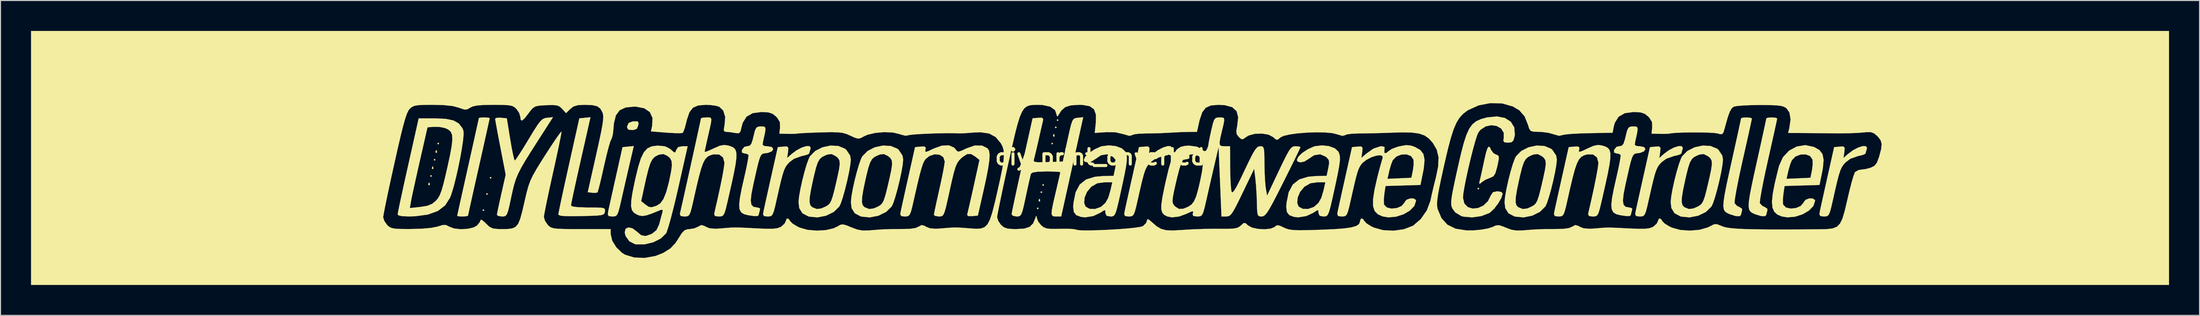
<source format=kicad_pcb>
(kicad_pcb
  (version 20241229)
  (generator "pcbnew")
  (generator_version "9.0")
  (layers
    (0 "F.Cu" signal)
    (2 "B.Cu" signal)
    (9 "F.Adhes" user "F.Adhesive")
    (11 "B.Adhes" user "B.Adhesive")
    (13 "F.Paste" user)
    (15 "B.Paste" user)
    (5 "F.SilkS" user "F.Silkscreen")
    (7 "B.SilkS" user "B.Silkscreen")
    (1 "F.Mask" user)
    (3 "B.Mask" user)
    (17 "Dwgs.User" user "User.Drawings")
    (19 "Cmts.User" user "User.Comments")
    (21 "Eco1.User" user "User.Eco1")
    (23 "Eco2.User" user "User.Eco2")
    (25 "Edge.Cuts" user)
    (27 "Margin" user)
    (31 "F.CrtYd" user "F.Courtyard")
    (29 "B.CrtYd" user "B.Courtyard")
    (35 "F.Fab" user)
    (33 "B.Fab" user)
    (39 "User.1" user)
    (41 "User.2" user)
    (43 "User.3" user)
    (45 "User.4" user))
  (footprint "diy_print_onverted"
    (layer "F.Cu")
    (at 105.157 12.439)
    (property "Reference" "diy_print_onverted" (at 0 0 0) (layer "F.SilkS") (effects (font (size 1.524 1.524) (thickness 0.3))))
    (attr through_hole)
    (fp_poly (pts (xy -65.72 1.865) (xy -65.809 1.954) (xy -65.898 1.865) (xy -65.809 1.776) (xy -65.72 1.865)) (stroke (width 0.01) (type solid)) (fill yes) (layer "F.SilkS"))
    (fp_poly (pts (xy -65.365 0.266) (xy -65.454 0.355) (xy -65.543 0.266) (xy -65.454 0.178) (xy -65.365 0.266)) (stroke (width 0.01) (type solid)) (fill yes) (layer "F.SilkS"))
    (fp_poly (pts (xy -65.01 -1.332) (xy -65.099 -1.243) (xy -65.187 -1.332) (xy -65.099 -1.421) (xy -65.01 -1.332)) (stroke (width 0.01) (type solid)) (fill yes) (layer "F.SilkS"))
    (fp_poly (pts (xy -60.569 5.24) (xy -60.658 5.329) (xy -60.747 5.24) (xy -60.658 5.151) (xy -60.569 5.24)) (stroke (width 0.01) (type solid)) (fill yes) (layer "F.SilkS"))
    (fp_poly (pts (xy -60.214 3.641) (xy -60.303 3.73) (xy -60.392 3.641) (xy -60.303 3.552) (xy -60.214 3.641)) (stroke (width 0.01) (type solid)) (fill yes) (layer "F.SilkS"))
    (fp_poly (pts (xy -59.859 2.043) (xy -59.948 2.131) (xy -60.036 2.043) (xy -59.948 1.954) (xy -59.859 2.043)) (stroke (width 0.01) (type solid)) (fill yes) (layer "F.SilkS"))
    (fp_poly (pts (xy -6.039 5.062) (xy -6.128 5.151) (xy -6.217 5.062) (xy -6.128 4.973) (xy -6.039 5.062)) (stroke (width 0.01) (type solid)) (fill yes) (layer "F.SilkS"))
    (fp_poly (pts (xy -5.684 3.464) (xy -5.773 3.552) (xy -5.862 3.464) (xy -5.773 3.375) (xy -5.684 3.464)) (stroke (width 0.01) (type solid)) (fill yes) (layer "F.SilkS"))
    (fp_poly (pts (xy -5.506 2.753) (xy -5.595 2.842) (xy -5.684 2.753) (xy -5.595 2.664) (xy -5.506 2.753)) (stroke (width 0.01) (type solid)) (fill yes) (layer "F.SilkS"))
    (fp_poly (pts (xy -4.618 -1.332) (xy -4.707 -1.243) (xy -4.796 -1.332) (xy -4.707 -1.421) (xy -4.618 -1.332)) (stroke (width 0.01) (type solid)) (fill yes) (layer "F.SilkS"))
    (fp_poly (pts (xy -4.263 -2.931) (xy -4.352 -2.842) (xy -4.441 -2.931) (xy -4.352 -3.02) (xy -4.263 -2.931)) (stroke (width 0.01) (type solid)) (fill yes) (layer "F.SilkS"))
    (fp_poly (pts (xy -4.085 -3.641) (xy -4.174 -3.552) (xy -4.263 -3.641) (xy -4.174 -3.73) (xy -4.085 -3.641)) (stroke (width 0.01) (type solid)) (fill yes) (layer "F.SilkS"))
    (fp_poly (pts (xy 37.301 3.108) (xy 37.212 3.197) (xy 37.123 3.108) (xy 37.212 3.02) (xy 37.301 3.108)) (stroke (width 0.01) (type solid)) (fill yes) (layer "F.SilkS"))
    (fp_poly (pts (xy -65.957 2.546) (xy -65.936 2.757) (xy -65.957 2.783) (xy -66.063 2.758) (xy -66.076 2.664) (xy -66.011 2.518) (xy -65.957 2.546)) (stroke (width 0.01) (type solid)) (fill yes) (layer "F.SilkS"))
    (fp_poly (pts (xy -65.602 0.947) (xy -65.581 1.158) (xy -65.602 1.184) (xy -65.707 1.16) (xy -65.72 1.066) (xy -65.655 0.92) (xy -65.602 0.947)) (stroke (width 0.01) (type solid)) (fill yes) (layer "F.SilkS"))
    (fp_poly (pts (xy -65.247 -0.651) (xy -65.225 -0.44) (xy -65.247 -0.414) (xy -65.352 -0.439) (xy -65.365 -0.533) (xy -65.3 -0.679) (xy -65.247 -0.651)) (stroke (width 0.01) (type solid)) (fill yes) (layer "F.SilkS"))
    (fp_poly (pts (xy -5.921 4.145) (xy -5.899 4.355) (xy -5.921 4.381) (xy -6.026 4.357) (xy -6.039 4.263) (xy -5.974 4.117) (xy -5.921 4.145)) (stroke (width 0.01) (type solid)) (fill yes) (layer "F.SilkS"))
    (fp_poly (pts (xy -4.5 -2.25) (xy -4.479 -2.039) (xy -4.5 -2.013) (xy -4.605 -2.037) (xy -4.618 -2.131) (xy -4.553 -2.278) (xy -4.5 -2.25)) (stroke (width 0.01) (type solid)) (fill yes) (layer "F.SilkS"))
    (fp_poly (pts (xy -45.396 -3.394) (xy -45.426 -3.118) (xy -45.566 -2.784) (xy -45.886 -2.669) (xy -46.037 -2.664) (xy -46.405 -2.707) (xy -46.517 -2.89) (xy -46.505 -3.064) (xy -46.362 -3.371) (xy -45.988 -3.507) (xy -45.894 -3.518) (xy -45.516 -3.526) (xy -45.396 -3.394)) (stroke (width 0.01) (type solid)) (fill yes) (layer "F.SilkS"))
    (fp_poly (pts (xy -46.269 0.656) (xy -46.505 1.675) (xy -46.769 2.825) (xy -47.012 3.895) (xy -47.065 4.13) (xy -47.246 4.916) (xy -47.384 5.419) (xy -47.511 5.702) (xy -47.662 5.828) (xy -47.869 5.861) (xy -47.968 5.862) (xy -48.326 5.825) (xy -48.421 5.643) (xy -48.382 5.373) (xy -48.311 5.039) (xy -48.177 4.429) (xy -47.996 3.611) (xy -47.784 2.655) (xy -47.627 1.954) (xy -46.972 -0.977) (xy -46.418 -1.031) (xy -45.863 -1.086) (xy -46.269 0.656)) (stroke (width 0.01) (type solid)) (fill yes) (layer "F.SilkS"))
    (fp_poly (pts (xy 38.383 -0.904) (xy 38.452 -0.72) (xy 38.703 -0.379) (xy 38.908 -0.264) (xy 39.123 -0.179) (xy 39.223 -0.043) (xy 39.22 0.229) (xy 39.121 0.724) (xy 39.049 1.04) (xy 38.889 1.596) (xy 38.695 1.897) (xy 38.404 2.039) (xy 38.383 2.044) (xy 37.888 2.25) (xy 37.584 2.456) (xy 37.344 2.645) (xy 37.301 2.559) (xy 37.358 2.309) (xy 37.447 1.929) (xy 37.582 1.318) (xy 37.738 0.591) (xy 37.778 0.4) (xy 37.963 -0.407) (xy 38.118 -0.88) (xy 38.254 -1.039) (xy 38.383 -0.904)) (stroke (width 0.01) (type solid)) (fill yes) (layer "F.SilkS"))
    (fp_poly (pts (xy -60.195 -3.888) (xy -60.036 -3.842) (xy -60.036 -3.842) (xy -60.074 -3.658) (xy -60.179 -3.173) (xy -60.343 -2.432) (xy -60.555 -1.479) (xy -60.805 -0.361) (xy -61.083 0.877) (xy -61.102 0.962) (xy -61.382 2.208) (xy -61.634 3.337) (xy -61.849 4.304) (xy -62.016 5.064) (xy -62.126 5.57) (xy -62.168 5.779) (xy -62.168 5.781) (xy -62.322 5.838) (xy -62.695 5.862) (xy -62.701 5.862) (xy -63.075 5.845) (xy -63.234 5.805) (xy -63.234 5.804) (xy -63.196 5.623) (xy -63.091 5.14) (xy -62.929 4.4) (xy -62.718 3.448) (xy -62.47 2.33) (xy -62.193 1.09) (xy -62.168 0.977) (xy -61.889 -0.272) (xy -61.638 -1.403) (xy -61.424 -2.371) (xy -61.256 -3.131) (xy -61.146 -3.638) (xy -61.102 -3.848) (xy -61.102 -3.85) (xy -60.947 -3.891) (xy -60.575 -3.908) (xy -60.569 -3.908) (xy -60.195 -3.888)) (stroke (width 0.01) (type solid)) (fill yes) (layer "F.SilkS"))
    (fp_poly (pts (xy -28.575 -1.073) (xy -28.461 -0.906) (xy -28.489 -0.785) (xy -28.585 -0.461) (xy -28.597 -0.363) (xy -28.754 -0.252) (xy -29.148 -0.139) (xy -29.326 -0.106) (xy -30.097 0.167) (xy -30.555 0.51) (xy -30.762 0.734) (xy -30.931 0.978) (xy -31.08 1.301) (xy -31.23 1.758) (xy -31.4 2.408) (xy -31.61 3.308) (xy -31.794 4.13) (xy -31.973 4.916) (xy -32.109 5.42) (xy -32.236 5.702) (xy -32.386 5.828) (xy -32.593 5.861) (xy -32.693 5.862) (xy -33.05 5.825) (xy -33.146 5.643) (xy -33.107 5.373) (xy -33.035 5.039) (xy -32.901 4.429) (xy -32.721 3.611) (xy -32.508 2.655) (xy -32.352 1.954) (xy -31.697 -0.977) (xy -31.153 -1.03) (xy -30.788 -1.041) (xy -30.662 -0.904) (xy -30.689 -0.522) (xy -30.692 -0.498) (xy -30.774 0.089) (xy -30.352 -0.289) (xy -29.849 -0.666) (xy -29.339 -0.935) (xy -28.891 -1.077) (xy -28.575 -1.073)) (stroke (width 0.01) (type solid)) (fill yes) (layer "F.SilkS"))
    (fp_poly (pts (xy 6.949 -1.073) (xy 7.063 -0.906) (xy 7.035 -0.785) (xy 6.94 -0.461) (xy 6.927 -0.363) (xy 6.77 -0.252) (xy 6.376 -0.139) (xy 6.198 -0.106) (xy 5.428 0.167) (xy 4.969 0.51) (xy 4.762 0.734) (xy 4.594 0.978) (xy 4.445 1.301) (xy 4.295 1.758) (xy 4.124 2.408) (xy 3.914 3.308) (xy 3.73 4.13) (xy 3.552 4.916) (xy 3.415 5.42) (xy 3.288 5.702) (xy 3.138 5.828) (xy 2.932 5.861) (xy 2.832 5.862) (xy 2.474 5.825) (xy 2.379 5.643) (xy 2.418 5.373) (xy 2.489 5.039) (xy 2.623 4.429) (xy 2.804 3.611) (xy 3.016 2.655) (xy 3.173 1.954) (xy 3.828 -0.977) (xy 4.371 -1.03) (xy 4.736 -1.041) (xy 4.863 -0.904) (xy 4.836 -0.522) (xy 4.833 -0.498) (xy 4.75 0.089) (xy 5.173 -0.289) (xy 5.676 -0.666) (xy 6.186 -0.935) (xy 6.633 -1.077) (xy 6.949 -1.073)) (stroke (width 0.01) (type solid)) (fill yes) (layer "F.SilkS"))
    (fp_poly (pts (xy 57.216 -1.073) (xy 57.33 -0.906) (xy 57.302 -0.785) (xy 57.207 -0.461) (xy 57.194 -0.363) (xy 57.037 -0.252) (xy 56.644 -0.139) (xy 56.465 -0.106) (xy 55.695 0.167) (xy 55.236 0.51) (xy 55.029 0.734) (xy 54.861 0.978) (xy 54.712 1.301) (xy 54.562 1.758) (xy 54.392 2.408) (xy 54.182 3.308) (xy 53.998 4.13) (xy 53.819 4.916) (xy 53.682 5.42) (xy 53.555 5.702) (xy 53.405 5.828) (xy 53.199 5.861) (xy 53.099 5.862) (xy 52.741 5.825) (xy 52.646 5.643) (xy 52.685 5.373) (xy 52.756 5.039) (xy 52.89 4.429) (xy 53.071 3.611) (xy 53.283 2.655) (xy 53.44 1.954) (xy 54.095 -0.977) (xy 54.638 -1.03) (xy 55.003 -1.041) (xy 55.13 -0.904) (xy 55.103 -0.522) (xy 55.1 -0.498) (xy 55.018 0.089) (xy 55.44 -0.289) (xy 55.943 -0.666) (xy 56.453 -0.935) (xy 56.901 -1.077) (xy 57.216 -1.073)) (stroke (width 0.01) (type solid)) (fill yes) (layer "F.SilkS"))
    (fp_poly (pts (xy 75.334 -1.073) (xy 75.448 -0.906) (xy 75.42 -0.785) (xy 75.324 -0.461) (xy 75.312 -0.363) (xy 75.155 -0.252) (xy 74.761 -0.139) (xy 74.583 -0.106) (xy 73.812 0.167) (xy 73.354 0.51) (xy 73.147 0.734) (xy 72.979 0.978) (xy 72.829 1.301) (xy 72.679 1.758) (xy 72.509 2.408) (xy 72.299 3.308) (xy 72.115 4.13) (xy 71.936 4.916) (xy 71.8 5.42) (xy 71.673 5.702) (xy 71.523 5.828) (xy 71.316 5.861) (xy 71.216 5.862) (xy 70.859 5.825) (xy 70.763 5.643) (xy 70.803 5.373) (xy 70.874 5.039) (xy 71.008 4.429) (xy 71.189 3.611) (xy 71.401 2.655) (xy 71.557 1.954) (xy 72.212 -0.977) (xy 72.756 -1.03) (xy 73.121 -1.041) (xy 73.247 -0.904) (xy 73.221 -0.522) (xy 73.217 -0.498) (xy 73.135 0.089) (xy 73.557 -0.289) (xy 74.06 -0.666) (xy 74.57 -0.935) (xy 75.018 -1.077) (xy 75.334 -1.073)) (stroke (width 0.01) (type solid)) (fill yes) (layer "F.SilkS"))
    (fp_poly (pts (xy -50.275 -3.252) (xy -50.36 -2.873) (xy -50.509 -2.213) (xy -50.706 -1.336) (xy -50.939 -0.306) (xy -51.191 0.811) (xy -51.235 1.006) (xy -51.478 2.093) (xy -51.692 3.065) (xy -51.865 3.87) (xy -51.985 4.451) (xy -52.041 4.754) (xy -52.043 4.781) (xy -51.869 4.881) (xy -51.358 4.946) (xy -50.527 4.973) (xy -50.344 4.973) (xy -49.559 4.977) (xy -49.066 4.998) (xy -48.8 5.052) (xy -48.697 5.155) (xy -48.694 5.322) (xy -48.701 5.373) (xy -48.739 5.538) (xy -48.839 5.651) (xy -49.06 5.725) (xy -49.459 5.771) (xy -50.096 5.799) (xy -51.022 5.822) (xy -52 5.836) (xy -52.669 5.823) (xy -53.073 5.78) (xy -53.257 5.705) (xy -53.282 5.645) (xy -53.243 5.417) (xy -53.137 4.89) (xy -52.973 4.112) (xy -52.761 3.132) (xy -52.513 1.997) (xy -52.248 0.799) (xy -51.219 -3.819) (xy -50.671 -3.873) (xy -50.123 -3.928) (xy -50.275 -3.252)) (stroke (width 0.01) (type solid)) (fill yes) (layer "F.SilkS"))
    (fp_poly (pts (xy 63.963 -3.877) (xy 64.122 -3.802) (xy 64.122 -3.801) (xy 64.084 -3.604) (xy 63.979 -3.111) (xy 63.817 -2.372) (xy 63.609 -1.437) (xy 63.366 -0.355) (xy 63.219 0.296) (xy 62.965 1.449) (xy 62.748 2.495) (xy 62.578 3.381) (xy 62.463 4.056) (xy 62.416 4.465) (xy 62.421 4.558) (xy 62.665 4.823) (xy 62.889 4.925) (xy 63.154 5.102) (xy 63.155 5.278) (xy 63.065 5.61) (xy 63.056 5.698) (xy 62.911 5.838) (xy 62.524 5.817) (xy 61.969 5.644) (xy 61.857 5.597) (xy 61.629 5.485) (xy 61.461 5.346) (xy 61.355 5.14) (xy 61.315 4.827) (xy 61.341 4.368) (xy 61.438 3.722) (xy 61.606 2.849) (xy 61.849 1.71) (xy 62.168 0.266) (xy 62.421 -0.875) (xy 62.646 -1.897) (xy 62.832 -2.75) (xy 62.968 -3.384) (xy 63.044 -3.749) (xy 63.056 -3.818) (xy 63.211 -3.881) (xy 63.583 -3.908) (xy 63.589 -3.908) (xy 63.963 -3.877)) (stroke (width 0.01) (type solid)) (fill yes) (layer "F.SilkS"))
    (fp_poly (pts (xy 66.45 -3.877) (xy 66.608 -3.802) (xy 66.608 -3.801) (xy 66.571 -3.604) (xy 66.465 -3.111) (xy 66.303 -2.372) (xy 66.095 -1.437) (xy 65.853 -0.355) (xy 65.706 0.296) (xy 65.452 1.449) (xy 65.235 2.495) (xy 65.064 3.381) (xy 64.95 4.056) (xy 64.902 4.465) (xy 64.907 4.558) (xy 65.152 4.823) (xy 65.376 4.925) (xy 65.64 5.102) (xy 65.642 5.278) (xy 65.551 5.61) (xy 65.543 5.698) (xy 65.398 5.838) (xy 65.011 5.817) (xy 64.456 5.644) (xy 64.344 5.597) (xy 64.115 5.485) (xy 63.947 5.346) (xy 63.842 5.14) (xy 63.801 4.827) (xy 63.828 4.368) (xy 63.925 3.722) (xy 64.093 2.849) (xy 64.336 1.71) (xy 64.655 0.266) (xy 64.908 -0.875) (xy 65.132 -1.897) (xy 65.318 -2.75) (xy 65.455 -3.384) (xy 65.531 -3.749) (xy 65.543 -3.818) (xy 65.697 -3.881) (xy 66.07 -3.908) (xy 66.076 -3.908) (xy 66.45 -3.877)) (stroke (width 0.01) (type solid)) (fill yes) (layer "F.SilkS"))
    (fp_poly (pts (xy -55.267 -1.655) (xy -55.978 -0.54) (xy -56.523 0.338) (xy -56.932 1.041) (xy -57.233 1.629) (xy -57.455 2.163) (xy -57.628 2.705) (xy -57.78 3.314) (xy -57.918 3.952) (xy -58.097 4.787) (xy -58.232 5.334) (xy -58.353 5.654) (xy -58.489 5.809) (xy -58.667 5.858) (xy -58.823 5.862) (xy -59.184 5.814) (xy -59.326 5.707) (xy -59.289 5.48) (xy -59.188 4.985) (xy -59.04 4.298) (xy -58.895 3.647) (xy -58.464 1.741) (xy -58.983 -0.95) (xy -59.163 -1.888) (xy -59.315 -2.703) (xy -59.429 -3.331) (xy -59.493 -3.709) (xy -59.503 -3.786) (xy -59.349 -3.869) (xy -58.974 -3.879) (xy -58.928 -3.875) (xy -58.352 -3.819) (xy -58.015 -1.732) (xy -57.876 -0.923) (xy -57.745 -0.261) (xy -57.638 0.185) (xy -57.57 0.349) (xy -57.569 0.349) (xy -57.444 0.203) (xy -57.175 -0.194) (xy -56.798 -0.786) (xy -56.351 -1.516) (xy -56.217 -1.738) (xy -55.71 -2.578) (xy -55.337 -3.158) (xy -55.056 -3.53) (xy -54.826 -3.741) (xy -54.604 -3.841) (xy -54.392 -3.875) (xy -53.81 -3.931) (xy -55.267 -1.655)) (stroke (width 0.01) (type solid)) (fill yes) (layer "F.SilkS"))
    (fp_poly (pts (xy -65.404 -3.817) (xy -64.355 -3.767) (xy -63.597 -3.607) (xy -63.073 -3.311) (xy -62.729 -2.857) (xy -62.623 -2.605) (xy -62.601 -2.261) (xy -62.656 -1.646) (xy -62.775 -0.833) (xy -62.942 0.106) (xy -63.143 1.098) (xy -63.365 2.07) (xy -63.591 2.951) (xy -63.809 3.667) (xy -63.94 4.013) (xy -64.421 4.767) (xy -65.135 5.316) (xy -66.104 5.67) (xy -67.353 5.839) (xy -67.985 5.857) (xy -68.661 5.832) (xy -69.016 5.746) (xy -69.09 5.64) (xy -69.051 5.413) (xy -68.973 5.027) (xy -67.892 5.027) (xy -66.864 4.921) (xy -66.17 4.808) (xy -65.688 4.605) (xy -65.329 4.309) (xy -65.125 4.07) (xy -64.949 3.764) (xy -64.782 3.332) (xy -64.602 2.715) (xy -64.391 1.854) (xy -64.192 0.982) (xy -63.935 -0.208) (xy -63.773 -1.103) (xy -63.708 -1.752) (xy -63.742 -2.205) (xy -63.879 -2.51) (xy -64.122 -2.717) (xy -64.42 -2.854) (xy -64.943 -2.968) (xy -65.526 -2.984) (xy -65.528 -2.984) (xy -66.154 -2.931) (xy -66.903 0.355) (xy -67.148 1.439) (xy -67.372 2.449) (xy -67.562 3.316) (xy -67.701 3.972) (xy -67.772 4.334) (xy -67.892 5.027) (xy -68.973 5.027) (xy -68.945 4.887) (xy -68.78 4.111) (xy -68.569 3.132) (xy -68.32 1.998) (xy -68.053 0.799) (xy -67.022 -3.819) (xy -65.404 -3.817)) (stroke (width 0.01) (type solid)) (fill yes) (layer "F.SilkS"))
    (fp_poly (pts (xy -33.093 -3.012) (xy -32.948 -2.943) (xy -32.907 -2.748) (xy -32.962 -2.358) (xy -33.106 -1.708) (xy -33.162 -1.465) (xy -33.18 -1.189) (xy -32.996 -1.081) (xy -32.689 -1.066) (xy -32.276 -0.982) (xy -32.144 -0.788) (xy -32.278 -0.569) (xy -32.661 -0.411) (xy -32.813 -0.389) (xy -33.034 -0.366) (xy -33.203 -0.315) (xy -33.338 -0.187) (xy -33.462 0.067) (xy -33.593 0.494) (xy -33.753 1.144) (xy -33.96 2.064) (xy -34.105 2.716) (xy -34.291 3.649) (xy -34.357 4.293) (xy -34.295 4.697) (xy -34.096 4.907) (xy -33.751 4.973) (xy -33.707 4.973) (xy -33.453 5.054) (xy -33.463 5.254) (xy -33.559 5.593) (xy -33.571 5.698) (xy -33.678 5.814) (xy -34.03 5.822) (xy -34.636 5.732) (xy -35.033 5.626) (xy -35.305 5.448) (xy -35.458 5.152) (xy -35.495 4.692) (xy -35.422 4.022) (xy -35.244 3.096) (xy -35.005 2.043) (xy -34.819 1.215) (xy -34.677 0.515) (xy -34.593 0.014) (xy -34.579 -0.218) (xy -34.581 -0.222) (xy -34.801 -0.335) (xy -34.985 -0.355) (xy -35.225 -0.445) (xy -35.221 -0.71) (xy -34.982 -1.01) (xy -34.717 -1.066) (xy -34.469 -1.114) (xy -34.3 -1.313) (xy -34.158 -1.744) (xy -34.088 -2.043) (xy -33.949 -2.6) (xy -33.809 -2.891) (xy -33.606 -3.003) (xy -33.351 -3.02) (xy -33.093 -3.012)) (stroke (width 0.01) (type solid)) (fill yes) (layer "F.SilkS"))
    (fp_poly (pts (xy 52.699 -3.012) (xy 52.844 -2.943) (xy 52.885 -2.748) (xy 52.829 -2.358) (xy 52.686 -1.708) (xy 52.63 -1.465) (xy 52.612 -1.189) (xy 52.795 -1.081) (xy 53.103 -1.066) (xy 53.516 -0.982) (xy 53.647 -0.788) (xy 53.514 -0.569) (xy 53.131 -0.411) (xy 52.978 -0.389) (xy 52.757 -0.366) (xy 52.589 -0.315) (xy 52.453 -0.187) (xy 52.33 0.067) (xy 52.198 0.494) (xy 52.039 1.144) (xy 51.832 2.064) (xy 51.687 2.716) (xy 51.501 3.649) (xy 51.435 4.293) (xy 51.497 4.697) (xy 51.696 4.907) (xy 52.04 4.973) (xy 52.084 4.973) (xy 52.339 5.054) (xy 52.329 5.254) (xy 52.233 5.593) (xy 52.221 5.698) (xy 52.114 5.814) (xy 51.761 5.822) (xy 51.155 5.732) (xy 50.759 5.626) (xy 50.487 5.448) (xy 50.334 5.152) (xy 50.296 4.692) (xy 50.369 4.022) (xy 50.548 3.096) (xy 50.787 2.043) (xy 50.973 1.215) (xy 51.115 0.515) (xy 51.199 0.014) (xy 51.212 -0.218) (xy 51.211 -0.222) (xy 50.991 -0.335) (xy 50.806 -0.355) (xy 50.567 -0.445) (xy 50.571 -0.71) (xy 50.809 -1.01) (xy 51.074 -1.066) (xy 51.323 -1.114) (xy 51.492 -1.313) (xy 51.633 -1.744) (xy 51.704 -2.043) (xy 51.843 -2.6) (xy 51.982 -2.891) (xy 52.186 -3.003) (xy 52.441 -3.02) (xy 52.699 -3.012)) (stroke (width 0.01) (type solid)) (fill yes) (layer "F.SilkS"))
    (fp_poly (pts (xy 70.221 -1) (xy 70.226 -0.998) (xy 70.758 -0.697) (xy 71.067 -0.294) (xy 71.176 0.277) (xy 71.106 1.079) (xy 71.033 1.474) (xy 70.774 2.753) (xy 69.057 2.804) (xy 67.339 2.855) (xy 67.22 3.645) (xy 67.169 4.187) (xy 67.181 4.606) (xy 67.203 4.7) (xy 67.475 4.978) (xy 67.93 5.083) (xy 68.448 5.03) (xy 68.91 4.834) (xy 69.198 4.51) (xy 69.222 4.438) (xy 69.414 4.209) (xy 69.752 4.086) (xy 70.099 4.086) (xy 70.318 4.223) (xy 70.338 4.312) (xy 70.175 4.821) (xy 69.739 5.278) (xy 69.112 5.644) (xy 68.379 5.88) (xy 67.62 5.948) (xy 67.053 5.855) (xy 66.621 5.669) (xy 66.32 5.393) (xy 66.146 4.986) (xy 66.098 4.41) (xy 66.173 3.627) (xy 66.371 2.598) (xy 66.48 2.147) (xy 67.531 2.147) (xy 68.705 2.095) (xy 69.88 2.043) (xy 70.028 1.332) (xy 70.101 0.778) (xy 70.094 0.312) (xy 70.081 0.242) (xy 69.84 -0.102) (xy 69.407 -0.263) (xy 68.891 -0.244) (xy 68.403 -0.05) (xy 68.051 0.314) (xy 68.046 0.324) (xy 67.891 0.714) (xy 67.732 1.258) (xy 67.697 1.406) (xy 67.531 2.147) (xy 66.48 2.147) (xy 66.689 1.283) (xy 66.8 0.852) (xy 67.179 0.012) (xy 67.781 -0.632) (xy 68.536 -1.041) (xy 69.373 -1.176) (xy 70.221 -1)) (stroke (width 0.01) (type solid)) (fill yes) (layer "F.SilkS"))
    (fp_poly (pts (xy -25.75 -1.095) (xy -25.106 -0.832) (xy -24.959 -0.714) (xy -24.582 -0.149) (xy -24.516 0.253) (xy -24.564 0.768) (xy -24.69 1.491) (xy -24.869 2.327) (xy -25.079 3.181) (xy -25.295 3.956) (xy -25.496 4.559) (xy -25.639 4.868) (xy -26.187 5.41) (xy -26.947 5.784) (xy -27.8 5.951) (xy -28.628 5.872) (xy -28.686 5.855) (xy -29.276 5.545) (xy -29.587 5.04) (xy -29.658 4.451) (xy -29.658 4.451) (xy -28.572 4.451) (xy -28.495 4.752) (xy -28.324 4.936) (xy -28.286 4.959) (xy -27.862 5.125) (xy -27.426 5.073) (xy -26.996 4.883) (xy -26.769 4.75) (xy -26.593 4.578) (xy -26.443 4.309) (xy -26.295 3.883) (xy -26.126 3.243) (xy -25.911 2.327) (xy -25.854 2.076) (xy -25.678 1.253) (xy -25.603 0.697) (xy -25.635 0.334) (xy -25.779 0.087) (xy -26.023 -0.106) (xy -26.403 -0.292) (xy -26.77 -0.262) (xy -27.006 -0.174) (xy -27.33 -0.015) (xy -27.57 0.196) (xy -27.761 0.526) (xy -27.936 1.04) (xy -28.128 1.805) (xy -28.237 2.286) (xy -28.444 3.274) (xy -28.556 3.977) (xy -28.572 4.451) (xy -29.658 4.451) (xy -29.607 3.907) (xy -29.475 3.161) (xy -29.289 2.312) (xy -29.071 1.46) (xy -28.847 0.701) (xy -28.641 0.135) (xy -28.535 -0.074) (xy -28.011 -0.603) (xy -27.304 -0.962) (xy -26.516 -1.132) (xy -25.75 -1.095)) (stroke (width 0.01) (type solid)) (fill yes) (layer "F.SilkS"))
    (fp_poly (pts (xy -20.598 -1.095) (xy -19.955 -0.832) (xy -19.808 -0.714) (xy -19.431 -0.149) (xy -19.365 0.253) (xy -19.413 0.768) (xy -19.539 1.491) (xy -19.718 2.327) (xy -19.928 3.181) (xy -20.144 3.956) (xy -20.345 4.559) (xy -20.488 4.868) (xy -21.036 5.41) (xy -21.796 5.784) (xy -22.649 5.951) (xy -23.477 5.872) (xy -23.535 5.855) (xy -24.124 5.545) (xy -24.436 5.04) (xy -24.507 4.451) (xy -24.507 4.451) (xy -23.421 4.451) (xy -23.343 4.752) (xy -23.173 4.936) (xy -23.135 4.959) (xy -22.711 5.125) (xy -22.275 5.073) (xy -21.845 4.883) (xy -21.618 4.75) (xy -21.442 4.578) (xy -21.292 4.309) (xy -21.144 3.883) (xy -20.975 3.243) (xy -20.76 2.327) (xy -20.703 2.076) (xy -20.527 1.253) (xy -20.452 0.697) (xy -20.484 0.334) (xy -20.627 0.087) (xy -20.872 -0.106) (xy -21.252 -0.292) (xy -21.619 -0.262) (xy -21.855 -0.174) (xy -22.179 -0.015) (xy -22.419 0.196) (xy -22.61 0.526) (xy -22.785 1.04) (xy -22.977 1.805) (xy -23.086 2.286) (xy -23.293 3.274) (xy -23.405 3.977) (xy -23.421 4.451) (xy -24.507 4.451) (xy -24.455 3.907) (xy -24.324 3.161) (xy -24.138 2.312) (xy -23.92 1.46) (xy -23.696 0.701) (xy -23.49 0.135) (xy -23.384 -0.074) (xy -22.859 -0.603) (xy -22.153 -0.962) (xy -21.365 -1.132) (xy -20.598 -1.095)) (stroke (width 0.01) (type solid)) (fill yes) (layer "F.SilkS"))
    (fp_poly (pts (xy 43.701 -1.095) (xy 44.345 -0.832) (xy 44.491 -0.714) (xy 44.869 -0.149) (xy 44.935 0.253) (xy 44.886 0.768) (xy 44.76 1.491) (xy 44.581 2.327) (xy 44.372 3.181) (xy 44.155 3.956) (xy 43.954 4.559) (xy 43.811 4.868) (xy 43.263 5.41) (xy 42.504 5.784) (xy 41.651 5.951) (xy 40.823 5.872) (xy 40.765 5.855) (xy 40.175 5.545) (xy 39.863 5.04) (xy 39.792 4.451) (xy 39.792 4.451) (xy 40.878 4.451) (xy 40.956 4.752) (xy 41.127 4.936) (xy 41.164 4.959) (xy 41.588 5.125) (xy 42.025 5.073) (xy 42.454 4.883) (xy 42.681 4.75) (xy 42.857 4.578) (xy 43.007 4.309) (xy 43.155 3.883) (xy 43.324 3.243) (xy 43.539 2.327) (xy 43.597 2.076) (xy 43.772 1.253) (xy 43.847 0.697) (xy 43.816 0.334) (xy 43.672 0.087) (xy 43.428 -0.106) (xy 43.048 -0.292) (xy 42.68 -0.262) (xy 42.444 -0.174) (xy 42.121 -0.015) (xy 41.88 0.196) (xy 41.689 0.526) (xy 41.514 1.04) (xy 41.322 1.805) (xy 41.214 2.286) (xy 41.006 3.274) (xy 40.894 3.977) (xy 40.878 4.451) (xy 39.792 4.451) (xy 39.844 3.907) (xy 39.975 3.161) (xy 40.162 2.312) (xy 40.379 1.46) (xy 40.603 0.701) (xy 40.81 0.135) (xy 40.916 -0.074) (xy 41.44 -0.603) (xy 42.147 -0.962) (xy 42.934 -1.132) (xy 43.701 -1.095)) (stroke (width 0.01) (type solid)) (fill yes) (layer "F.SilkS"))
    (fp_poly (pts (xy 60.042 -1.095) (xy 60.686 -0.832) (xy 60.832 -0.714) (xy 61.21 -0.149) (xy 61.276 0.253) (xy 61.227 0.768) (xy 61.102 1.491) (xy 60.923 2.327) (xy 60.713 3.181) (xy 60.496 3.956) (xy 60.295 4.559) (xy 60.153 4.868) (xy 59.605 5.41) (xy 58.845 5.784) (xy 57.992 5.951) (xy 57.164 5.872) (xy 57.106 5.855) (xy 56.516 5.545) (xy 56.204 5.04) (xy 56.134 4.451) (xy 56.134 4.451) (xy 57.219 4.451) (xy 57.297 4.752) (xy 57.468 4.936) (xy 57.505 4.959) (xy 57.93 5.125) (xy 58.366 5.073) (xy 58.795 4.883) (xy 59.022 4.75) (xy 59.199 4.578) (xy 59.349 4.309) (xy 59.496 3.883) (xy 59.665 3.243) (xy 59.88 2.327) (xy 59.938 2.076) (xy 60.113 1.253) (xy 60.188 0.697) (xy 60.157 0.334) (xy 60.013 0.087) (xy 59.769 -0.106) (xy 59.389 -0.292) (xy 59.021 -0.262) (xy 58.785 -0.174) (xy 58.462 -0.015) (xy 58.221 0.196) (xy 58.03 0.526) (xy 57.855 1.04) (xy 57.664 1.805) (xy 57.555 2.286) (xy 57.347 3.274) (xy 57.236 3.977) (xy 57.219 4.451) (xy 56.134 4.451) (xy 56.185 3.907) (xy 56.316 3.161) (xy 56.503 2.312) (xy 56.72 1.46) (xy 56.945 0.701) (xy 57.151 0.135) (xy 57.257 -0.074) (xy 57.781 -0.603) (xy 58.488 -0.962) (xy 59.275 -1.132) (xy 60.042 -1.095)) (stroke (width 0.01) (type solid)) (fill yes) (layer "F.SilkS"))
    (fp_poly (pts (xy 49.397 -1.137) (xy 49.409 -1.133) (xy 49.726 -1.028) (xy 49.964 -0.893) (xy 50.122 -0.687) (xy 50.201 -0.372) (xy 50.198 0.091) (xy 50.114 0.742) (xy 49.95 1.618) (xy 49.703 2.759) (xy 49.374 4.204) (xy 49.35 4.307) (xy 49.175 5.044) (xy 49.039 5.502) (xy 48.905 5.746) (xy 48.735 5.843) (xy 48.491 5.862) (xy 48.472 5.862) (xy 48.111 5.823) (xy 48.015 5.653) (xy 48.045 5.462) (xy 48.352 4.125) (xy 48.612 2.925) (xy 48.817 1.91) (xy 48.956 1.129) (xy 49.021 0.63) (xy 49.024 0.55) (xy 48.882 0.035) (xy 48.499 -0.251) (xy 47.936 -0.266) (xy 47.886 -0.255) (xy 47.578 -0.157) (xy 47.325 -0.005) (xy 47.109 0.243) (xy 46.912 0.631) (xy 46.714 1.203) (xy 46.498 2.001) (xy 46.243 3.071) (xy 46.005 4.13) (xy 45.826 4.916) (xy 45.689 5.42) (xy 45.563 5.702) (xy 45.412 5.828) (xy 45.206 5.861) (xy 45.106 5.862) (xy 44.748 5.825) (xy 44.653 5.643) (xy 44.692 5.373) (xy 44.763 5.039) (xy 44.897 4.429) (xy 45.078 3.611) (xy 45.29 2.655) (xy 45.447 1.954) (xy 46.102 -0.977) (xy 46.661 -1.032) (xy 47.04 -1.038) (xy 47.156 -0.917) (xy 47.129 -0.74) (xy 47.102 -0.558) (xy 47.197 -0.514) (xy 47.481 -0.619) (xy 47.946 -0.843) (xy 48.547 -1.106) (xy 48.986 -1.195) (xy 49.397 -1.137)) (stroke (width 0.01) (type solid)) (fill yes) (layer "F.SilkS"))
    (fp_poly (pts (xy -2.737 0.967) (xy -3.819 5.861) (xy -4.307 5.861) (xy -4.548 5.849) (xy -4.7 5.778) (xy -4.764 5.593) (xy -4.742 5.242) (xy -4.634 4.672) (xy -4.442 3.829) (xy -4.352 3.446) (xy -4.172 2.678) (xy -4.027 2.047) (xy -3.934 1.628) (xy -3.908 1.494) (xy -4.071 1.46) (xy -4.505 1.434) (xy -5.125 1.422) (xy -5.31 1.421) (xy -6.13 1.446) (xy -6.618 1.524) (xy -6.791 1.643) (xy -6.858 1.898) (xy -6.98 2.421) (xy -7.137 3.134) (xy -7.294 3.863) (xy -7.479 4.72) (xy -7.618 5.289) (xy -7.74 5.628) (xy -7.871 5.797) (xy -8.039 5.855) (xy -8.21 5.862) (xy -8.572 5.792) (xy -8.698 5.64) (xy -8.66 5.413) (xy -8.553 4.887) (xy -8.389 4.111) (xy -8.178 3.132) (xy -7.93 1.997) (xy -7.664 0.799) (xy -6.635 -3.819) (xy -6.085 -3.873) (xy -5.707 -3.876) (xy -5.592 -3.747) (xy -5.609 -3.607) (xy -5.68 -3.297) (xy -5.807 -2.738) (xy -5.968 -2.029) (xy -6.045 -1.687) (xy -6.215 -0.943) (xy -6.367 -0.305) (xy -6.475 0.128) (xy -6.503 0.229) (xy -6.521 0.384) (xy -6.414 0.474) (xy -6.118 0.512) (xy -5.568 0.51) (xy -5.132 0.496) (xy -3.663 0.444) (xy -3.198 -1.687) (xy -3.001 -2.577) (xy -2.853 -3.178) (xy -2.727 -3.55) (xy -2.595 -3.75) (xy -2.431 -3.837) (xy -2.208 -3.871) (xy -2.194 -3.872) (xy -1.655 -3.926) (xy -2.737 0.967)) (stroke (width 0.01) (type solid)) (fill yes) (layer "F.SilkS"))
    (fp_poly (pts (xy 39.821 -3.855) (xy 40.404 -3.485) (xy 40.745 -2.927) (xy 40.803 -2.209) (xy 40.782 -2.077) (xy 40.666 -1.641) (xy 40.472 -1.457) (xy 40.131 -1.421) (xy 39.768 -1.456) (xy 39.67 -1.619) (xy 39.71 -1.848) (xy 39.711 -2.399) (xy 39.455 -2.811) (xy 39.021 -3.064) (xy 38.487 -3.141) (xy 37.93 -3.023) (xy 37.429 -2.692) (xy 37.22 -2.435) (xy 37.08 -2.105) (xy 36.89 -1.501) (xy 36.671 -0.699) (xy 36.438 0.225) (xy 36.21 1.196) (xy 36.005 2.139) (xy 35.84 2.978) (xy 35.733 3.638) (xy 35.702 4.002) (xy 35.83 4.571) (xy 36.167 4.929) (xy 36.64 5.08) (xy 37.177 5.031) (xy 37.707 4.787) (xy 38.158 4.354) (xy 38.447 3.774) (xy 38.653 3.466) (xy 39.075 3.375) (xy 39.089 3.375) (xy 39.469 3.441) (xy 39.607 3.597) (xy 39.484 4.017) (xy 39.182 4.55) (xy 38.784 5.073) (xy 38.377 5.461) (xy 38.278 5.527) (xy 37.501 5.825) (xy 36.604 5.949) (xy 35.759 5.88) (xy 35.527 5.814) (xy 34.943 5.459) (xy 34.66 5.078) (xy 34.58 4.871) (xy 34.541 4.626) (xy 34.551 4.289) (xy 34.615 3.809) (xy 34.741 3.133) (xy 34.934 2.209) (xy 35.162 1.171) (xy 35.483 -0.239) (xy 35.767 -1.342) (xy 36.037 -2.181) (xy 36.319 -2.798) (xy 36.637 -3.236) (xy 37.015 -3.538) (xy 37.479 -3.746) (xy 38.053 -3.903) (xy 38.1 -3.914) (xy 39.039 -4.007) (xy 39.821 -3.855)) (stroke (width 0.01) (type solid)) (fill yes) (layer "F.SilkS"))
    (fp_poly (pts (xy 1.572 -1.073) (xy 2.148 -0.855) (xy 2.484 -0.539) (xy 2.587 -0.3) (xy 2.638 -0.019) (xy 2.633 0.359) (xy 2.566 0.89) (xy 2.43 1.628) (xy 2.22 2.629) (xy 2.087 3.238) (xy 1.865 4.242) (xy 1.697 4.95) (xy 1.564 5.414) (xy 1.443 5.686) (xy 1.314 5.817) (xy 1.157 5.858) (xy 1.022 5.862) (xy 0.653 5.795) (xy 0.534 5.552) (xy 0.533 5.501) (xy 0.517 5.268) (xy 0.407 5.247) (xy 0.112 5.435) (xy 0.044 5.483) (xy -0.667 5.82) (xy -1.451 5.945) (xy -1.865 5.904) (xy -2.334 5.73) (xy -2.578 5.425) (xy -2.639 4.908) (xy -2.614 4.546) (xy -1.56 4.546) (xy -1.419 4.887) (xy -1.03 5.107) (xy -0.493 5.122) (xy 0.049 4.932) (xy 0.137 4.876) (xy 0.532 4.514) (xy 0.808 4.024) (xy 1.023 3.297) (xy 1.041 3.22) (xy 1.206 2.487) (xy 0.439 2.487) (xy -0.263 2.584) (xy -0.841 2.918) (xy -0.868 2.941) (xy -1.279 3.43) (xy -1.52 4.003) (xy -1.56 4.546) (xy -2.614 4.546) (xy -2.611 4.51) (xy -2.4 3.467) (xy -1.994 2.709) (xy -1.364 2.209) (xy -0.48 1.94) (xy 0.261 1.876) (xy 1.332 1.848) (xy 1.496 1.075) (xy 1.579 0.573) (xy 1.531 0.271) (xy 1.32 0.028) (xy 1.241 -0.038) (xy 0.696 -0.274) (xy 0.096 -0.179) (xy -0.456 0.191) (xy -0.84 0.436) (xy -1.234 0.525) (xy -1.521 0.45) (xy -1.599 0.282) (xy -1.448 -0.039) (xy -1.06 -0.412) (xy -0.529 -0.765) (xy 0.049 -1.027) (xy 0.186 -1.068) (xy 0.879 -1.153) (xy 1.572 -1.073)) (stroke (width 0.01) (type solid)) (fill yes) (layer "F.SilkS"))
    (fp_poly (pts (xy 22.532 -1.073) (xy 23.107 -0.855) (xy 23.443 -0.539) (xy 23.546 -0.3) (xy 23.598 -0.019) (xy 23.593 0.359) (xy 23.525 0.89) (xy 23.39 1.628) (xy 23.18 2.629) (xy 23.047 3.238) (xy 22.824 4.242) (xy 22.657 4.95) (xy 22.523 5.414) (xy 22.402 5.686) (xy 22.274 5.817) (xy 22.116 5.858) (xy 21.981 5.862) (xy 21.612 5.795) (xy 21.494 5.552) (xy 21.492 5.501) (xy 21.476 5.268) (xy 21.366 5.247) (xy 21.072 5.435) (xy 21.004 5.483) (xy 20.292 5.82) (xy 19.508 5.945) (xy 19.094 5.904) (xy 18.625 5.73) (xy 18.382 5.425) (xy 18.32 4.908) (xy 18.346 4.546) (xy 19.4 4.546) (xy 19.54 4.887) (xy 19.93 5.107) (xy 20.466 5.122) (xy 21.008 4.932) (xy 21.096 4.876) (xy 21.492 4.514) (xy 21.767 4.024) (xy 21.983 3.297) (xy 22 3.22) (xy 22.165 2.487) (xy 21.398 2.487) (xy 20.697 2.584) (xy 20.119 2.918) (xy 20.091 2.941) (xy 19.681 3.43) (xy 19.439 4.003) (xy 19.4 4.546) (xy 18.346 4.546) (xy 18.348 4.51) (xy 18.559 3.467) (xy 18.965 2.709) (xy 19.595 2.209) (xy 20.479 1.94) (xy 21.22 1.876) (xy 22.292 1.848) (xy 22.456 1.075) (xy 22.539 0.573) (xy 22.491 0.271) (xy 22.28 0.028) (xy 22.2 -0.038) (xy 21.656 -0.274) (xy 21.056 -0.179) (xy 20.504 0.191) (xy 20.119 0.436) (xy 19.725 0.525) (xy 19.438 0.45) (xy 19.361 0.282) (xy 19.511 -0.039) (xy 19.9 -0.412) (xy 20.431 -0.765) (xy 21.009 -1.027) (xy 21.145 -1.068) (xy 21.839 -1.153) (xy 22.532 -1.073)) (stroke (width 0.01) (type solid)) (fill yes) (layer "F.SilkS"))
    (fp_poly (pts (xy -38.297 -3.868) (xy -38.234 -3.724) (xy -38.261 -3.414) (xy -38.373 -2.876) (xy -38.544 -2.131) (xy -38.7 -1.441) (xy -38.821 -0.89) (xy -38.887 -0.564) (xy -38.895 -0.516) (xy -38.755 -0.529) (xy -38.387 -0.673) (xy -38.007 -0.851) (xy -37.41 -1.111) (xy -36.97 -1.196) (xy -36.56 -1.133) (xy -36.243 -1.028) (xy -36.005 -0.893) (xy -35.847 -0.687) (xy -35.769 -0.372) (xy -35.771 0.091) (xy -35.855 0.742) (xy -36.02 1.618) (xy -36.267 2.759) (xy -36.596 4.204) (xy -36.62 4.307) (xy -36.794 5.044) (xy -36.93 5.502) (xy -37.064 5.746) (xy -37.234 5.843) (xy -37.478 5.862) (xy -37.498 5.862) (xy -37.858 5.823) (xy -37.955 5.653) (xy -37.924 5.462) (xy -37.618 4.125) (xy -37.357 2.925) (xy -37.152 1.91) (xy -37.013 1.129) (xy -36.949 0.63) (xy -36.945 0.55) (xy -37.087 0.035) (xy -37.471 -0.251) (xy -38.033 -0.266) (xy -38.083 -0.255) (xy -38.392 -0.157) (xy -38.644 -0.005) (xy -38.86 0.243) (xy -39.057 0.631) (xy -39.255 1.203) (xy -39.472 2.001) (xy -39.726 3.071) (xy -39.964 4.13) (xy -40.143 4.916) (xy -40.279 5.419) (xy -40.406 5.702) (xy -40.556 5.828) (xy -40.764 5.86) (xy -40.871 5.862) (xy -41.232 5.824) (xy -41.329 5.655) (xy -41.298 5.462) (xy -41.205 5.058) (xy -41.057 4.404) (xy -40.867 3.553) (xy -40.646 2.561) (xy -40.408 1.484) (xy -40.164 0.377) (xy -39.926 -0.706) (xy -39.706 -1.708) (xy -39.517 -2.575) (xy -39.371 -3.252) (xy -39.28 -3.683) (xy -39.255 -3.814) (xy -39.1 -3.88) (xy -38.727 -3.908) (xy -38.722 -3.908) (xy -38.458 -3.908) (xy -38.297 -3.868)) (stroke (width 0.01) (type solid)) (fill yes) (layer "F.SilkS"))
    (fp_poly (pts (xy -42.787 -1.057) (xy -42.315 -0.824) (xy -42.207 -0.731) (xy -41.916 -0.473) (xy -41.781 -0.453) (xy -41.701 -0.666) (xy -41.692 -0.701) (xy -41.492 -0.986) (xy -41.08 -1.066) (xy -40.564 -1.066) (xy -41.48 3.008) (xy -41.753 4.189) (xy -42.02 5.274) (xy -42.265 6.209) (xy -42.474 6.938) (xy -42.632 7.407) (xy -42.692 7.534) (xy -43.204 8.032) (xy -43.943 8.404) (xy -44.793 8.609) (xy -45.635 8.607) (xy -45.764 8.584) (xy -46.297 8.31) (xy -46.662 7.804) (xy -46.755 7.451) (xy -46.679 7.087) (xy -46.402 6.941) (xy -46.008 7.02) (xy -45.583 7.331) (xy -45.557 7.358) (xy -45.132 7.713) (xy -44.704 7.79) (xy -44.156 7.602) (xy -44.048 7.548) (xy -43.628 7.202) (xy -43.365 6.634) (xy -43.336 6.526) (xy -43.191 5.975) (xy -43.068 5.525) (xy -43.042 5.435) (xy -43.021 5.197) (xy -43.224 5.217) (xy -43.275 5.238) (xy -44.059 5.56) (xy -44.604 5.746) (xy -44.99 5.812) (xy -45.299 5.773) (xy -45.565 5.667) (xy -45.858 5.483) (xy -46.046 5.229) (xy -46.129 4.852) (xy -46.113 4.349) (xy -45.138 4.349) (xy -44.752 4.661) (xy -44.407 4.904) (xy -44.113 4.952) (xy -43.693 4.829) (xy -43.626 4.803) (xy -43.253 4.566) (xy -42.944 4.135) (xy -42.672 3.458) (xy -42.412 2.483) (xy -42.385 2.363) (xy -42.197 1.458) (xy -42.116 0.826) (xy -42.146 0.398) (xy -42.291 0.107) (xy -42.542 -0.106) (xy -42.936 -0.294) (xy -43.323 -0.252) (xy -43.503 -0.183) (xy -43.797 -0.024) (xy -44.031 0.219) (xy -44.231 0.604) (xy -44.422 1.188) (xy -44.632 2.03) (xy -44.772 2.663) (xy -45.138 4.349) (xy -46.113 4.349) (xy -46.112 4.301) (xy -45.995 3.523) (xy -45.781 2.467) (xy -45.716 2.168) (xy -45.434 0.992) (xy -45.162 0.125) (xy -44.868 -0.476) (xy -44.522 -0.856) (xy -44.095 -1.057) (xy -43.557 -1.124) (xy -43.455 -1.125) (xy -42.787 -1.057)) (stroke (width 0.01) (type solid)) (fill yes) (layer "F.SilkS"))
    (fp_poly (pts (xy -14.358 -0.934) (xy -14.18 -0.729) (xy -14.042 -0.564) (xy -13.854 -0.541) (xy -13.516 -0.671) (xy -13.167 -0.845) (xy -12.331 -1.139) (xy -11.6 -1.128) (xy -11.074 -0.865) (xy -10.927 -0.646) (xy -10.863 -0.275) (xy -10.886 0.289) (xy -10.999 1.085) (xy -11.205 2.151) (xy -11.434 3.197) (xy -12.016 5.773) (xy -12.579 5.828) (xy -12.974 5.823) (xy -13.074 5.687) (xy -13.065 5.651) (xy -13.001 5.401) (xy -12.878 4.873) (xy -12.709 4.134) (xy -12.512 3.251) (xy -12.424 2.852) (xy -11.859 0.286) (xy -12.255 -0.035) (xy -12.679 -0.298) (xy -13.058 -0.299) (xy -13.495 -0.023) (xy -13.673 0.133) (xy -13.889 0.359) (xy -14.066 0.631) (xy -14.225 1.011) (xy -14.388 1.564) (xy -14.578 2.35) (xy -14.775 3.242) (xy -14.994 4.245) (xy -15.158 4.952) (xy -15.29 5.416) (xy -15.409 5.687) (xy -15.538 5.817) (xy -15.696 5.858) (xy -15.842 5.862) (xy -16.201 5.813) (xy -16.341 5.703) (xy -16.304 5.48) (xy -16.201 4.979) (xy -16.048 4.27) (xy -15.859 3.42) (xy -15.808 3.197) (xy -15.61 2.295) (xy -15.446 1.488) (xy -15.33 0.853) (xy -15.277 0.47) (xy -15.276 0.431) (xy -15.416 0.012) (xy -15.776 -0.227) (xy -16.258 -0.274) (xy -16.769 -0.114) (xy -17.14 0.177) (xy -17.279 0.371) (xy -17.416 0.665) (xy -17.564 1.105) (xy -17.738 1.74) (xy -17.951 2.616) (xy -18.216 3.781) (xy -18.294 4.13) (xy -18.473 4.916) (xy -18.61 5.42) (xy -18.737 5.702) (xy -18.887 5.828) (xy -19.094 5.861) (xy -19.193 5.862) (xy -19.551 5.825) (xy -19.647 5.643) (xy -19.607 5.373) (xy -19.536 5.039) (xy -19.402 4.429) (xy -19.221 3.611) (xy -19.009 2.655) (xy -18.852 1.954) (xy -18.197 -0.977) (xy -17.639 -1.032) (xy -17.26 -1.038) (xy -17.143 -0.917) (xy -17.17 -0.74) (xy -17.198 -0.556) (xy -17.104 -0.512) (xy -16.821 -0.617) (xy -16.369 -0.835) (xy -15.565 -1.124) (xy -14.876 -1.156) (xy -14.358 -0.934)) (stroke (width 0.01) (type solid)) (fill yes) (layer "F.SilkS"))
    (fp_poly (pts (xy 30.555 -1.14) (xy 30.971 -0.998) (xy 31.503 -0.697) (xy 31.813 -0.294) (xy 31.922 0.277) (xy 31.851 1.079) (xy 31.778 1.474) (xy 31.52 2.753) (xy 29.802 2.804) (xy 28.084 2.855) (xy 27.966 3.645) (xy 27.914 4.187) (xy 27.926 4.606) (xy 27.948 4.7) (xy 28.221 4.978) (xy 28.676 5.083) (xy 29.193 5.03) (xy 29.656 4.834) (xy 29.943 4.51) (xy 29.967 4.438) (xy 30.159 4.209) (xy 30.498 4.086) (xy 30.845 4.086) (xy 31.063 4.223) (xy 31.084 4.312) (xy 30.92 4.821) (xy 30.484 5.278) (xy 29.858 5.644) (xy 29.124 5.88) (xy 28.366 5.948) (xy 27.798 5.855) (xy 27.326 5.644) (xy 27.016 5.323) (xy 26.861 4.848) (xy 26.856 4.173) (xy 26.993 3.255) (xy 27.243 2.147) (xy 28.276 2.147) (xy 29.451 2.095) (xy 30.625 2.043) (xy 30.773 1.332) (xy 30.846 0.778) (xy 30.84 0.312) (xy 30.826 0.242) (xy 30.585 -0.102) (xy 30.152 -0.263) (xy 29.637 -0.244) (xy 29.148 -0.05) (xy 28.797 0.314) (xy 28.792 0.324) (xy 28.636 0.714) (xy 28.478 1.258) (xy 28.443 1.406) (xy 28.276 2.147) (xy 27.243 2.147) (xy 27.246 2.131) (xy 27.438 1.371) (xy 27.614 0.717) (xy 27.747 0.264) (xy 27.793 0.133) (xy 27.785 -0.1) (xy 27.546 -0.181) (xy 27.152 -0.131) (xy 26.682 0.026) (xy 26.212 0.269) (xy 25.82 0.576) (xy 25.685 0.736) (xy 25.547 0.953) (xy 25.426 1.208) (xy 25.304 1.561) (xy 25.165 2.069) (xy 24.992 2.791) (xy 24.767 3.786) (xy 24.69 4.13) (xy 24.511 4.916) (xy 24.375 5.42) (xy 24.248 5.702) (xy 24.098 5.828) (xy 23.891 5.861) (xy 23.791 5.862) (xy 23.434 5.825) (xy 23.338 5.643) (xy 23.377 5.373) (xy 23.449 5.039) (xy 23.583 4.429) (xy 23.763 3.611) (xy 23.976 2.655) (xy 24.132 1.954) (xy 24.787 -0.977) (xy 25.331 -1.03) (xy 25.696 -1.041) (xy 25.822 -0.904) (xy 25.795 -0.522) (xy 25.792 -0.498) (xy 25.71 0.089) (xy 26.132 -0.289) (xy 26.886 -0.829) (xy 27.58 -1.059) (xy 27.709 -1.066) (xy 27.983 -0.998) (xy 27.984 -0.737) (xy 27.976 -0.71) (xy 27.963 -0.417) (xy 28.136 -0.381) (xy 28.407 -0.606) (xy 28.695 -0.794) (xy 29.19 -0.984) (xy 29.471 -1.062) (xy 30.084 -1.173) (xy 30.555 -1.14)) (stroke (width 0.01) (type solid)) (fill yes) (layer "F.SilkS"))
    (fp_poly (pts (xy 12.029 -3.902) (xy 12.184 -3.837) (xy 12.22 -3.64) (xy 12.151 -3.241) (xy 11.993 -2.576) (xy 11.825 -1.853) (xy 11.757 -1.408) (xy 11.799 -1.173) (xy 11.964 -1.081) (xy 12.256 -1.066) (xy 12.789 -1.066) (xy 12.801 1.021) (xy 12.817 1.875) (xy 12.85 2.621) (xy 12.895 3.173) (xy 12.943 3.436) (xy 13.032 3.487) (xy 13.193 3.317) (xy 13.441 2.9) (xy 13.794 2.206) (xy 14.202 1.349) (xy 14.65 0.405) (xy 14.986 -0.26) (xy 15.239 -0.693) (xy 15.44 -0.94) (xy 15.619 -1.048) (xy 15.748 -1.066) (xy 15.939 -1.051) (xy 16.06 -0.962) (xy 16.129 -0.735) (xy 16.161 -0.302) (xy 16.172 0.401) (xy 16.174 0.666) (xy 16.191 1.507) (xy 16.23 2.297) (xy 16.282 2.911) (xy 16.309 3.101) (xy 16.434 3.805) (xy 17.586 1.37) (xy 18.034 0.433) (xy 18.366 -0.227) (xy 18.615 -0.66) (xy 18.812 -0.912) (xy 18.99 -1.031) (xy 19.181 -1.065) (xy 19.228 -1.066) (xy 19.582 -1.037) (xy 19.716 -0.975) (xy 19.64 -0.796) (xy 19.428 -0.348) (xy 19.102 0.322) (xy 18.686 1.166) (xy 18.204 2.137) (xy 18.028 2.488) (xy 17.46 3.616) (xy 17.022 4.462) (xy 16.689 5.067) (xy 16.437 5.471) (xy 16.239 5.711) (xy 16.073 5.828) (xy 15.912 5.861) (xy 15.896 5.862) (xy 15.668 5.843) (xy 15.534 5.738) (xy 15.467 5.469) (xy 15.441 4.96) (xy 15.434 4.574) (xy 15.404 3.727) (xy 15.348 2.835) (xy 15.29 2.22) (xy 15.165 1.155) (xy 14.036 3.508) (xy 13.591 4.426) (xy 13.261 5.07) (xy 13.014 5.487) (xy 12.816 5.726) (xy 12.635 5.835) (xy 12.438 5.861) (xy 12.427 5.862) (xy 11.946 5.862) (xy 11.805 2.442) (xy 11.664 -0.977) (xy 11.268 0.71) (xy 11.037 1.706) (xy 10.776 2.839) (xy 10.535 3.9) (xy 10.484 4.13) (xy 10.304 4.916) (xy 10.167 5.419) (xy 10.04 5.702) (xy 9.889 5.828) (xy 9.68 5.86) (xy 9.558 5.862) (xy 9.186 5.817) (xy 9.104 5.661) (xy 9.123 5.595) (xy 9.171 5.383) (xy 9.043 5.356) (xy 8.679 5.514) (xy 8.561 5.574) (xy 7.799 5.86) (xy 7.081 5.946) (xy 6.628 5.862) (xy 6.325 5.706) (xy 6.127 5.491) (xy 6.03 5.167) (xy 6.033 4.682) (xy 6.081 4.345) (xy 7.128 4.345) (xy 7.171 4.589) (xy 7.288 4.771) (xy 7.384 4.872) (xy 7.759 5.113) (xy 8.207 5.095) (xy 8.687 4.893) (xy 8.998 4.681) (xy 9.244 4.368) (xy 9.454 3.888) (xy 9.659 3.176) (xy 9.847 2.363) (xy 10.028 1.458) (xy 10.106 0.826) (xy 10.076 0.4) (xy 9.934 0.111) (xy 9.679 -0.106) (xy 9.285 -0.294) (xy 8.898 -0.252) (xy 8.718 -0.183) (xy 8.426 -0.025) (xy 8.195 0.215) (xy 7.995 0.597) (xy 7.8 1.182) (xy 7.583 2.027) (xy 7.463 2.538) (xy 7.272 3.391) (xy 7.161 3.97) (xy 7.128 4.345) (xy 6.081 4.345) (xy 6.132 3.983) (xy 6.326 3.019) (xy 6.459 2.414) (xy 6.745 1.203) (xy 7.007 0.3) (xy 7.272 -0.339) (xy 7.569 -0.758) (xy 7.927 -0.999) (xy 8.374 -1.106) (xy 8.779 -1.125) (xy 9.548 -1.02) (xy 9.955 -0.792) (xy 10.24 -0.578) (xy 10.412 -0.616) (xy 10.488 -0.718) (xy 10.635 -1.055) (xy 10.655 -1.177) (xy 10.693 -1.44) (xy 10.792 -1.944) (xy 10.93 -2.584) (xy 10.943 -2.643) (xy 11.099 -3.294) (xy 11.229 -3.672) (xy 11.381 -3.851) (xy 11.603 -3.905) (xy 11.742 -3.908) (xy 12.029 -3.902)) (stroke (width 0.01) (type solid)) (fill yes) (layer "F.SilkS"))
    (fp_poly (pts (xy 105.152 12.611) (xy -105.152 12.611) (xy -105.152 5.939) (xy -70.517 5.939) (xy -70.4 6.309) (xy -70.13 6.694) (xy -69.935 6.874) (xy -69.708 6.992) (xy -69.373 7.06) (xy -68.856 7.091) (xy -68.082 7.098) (xy -67.776 7.097) (xy -66.698 7.066) (xy -65.809 6.986) (xy -65.186 6.865) (xy -65.113 6.841) (xy -64.63 6.697) (xy -64.317 6.707) (xy -64.052 6.849) (xy -63.564 7.04) (xy -62.904 7.116) (xy -62.206 7.081) (xy -61.605 6.94) (xy -61.28 6.75) (xy -61.018 6.425) (xy -60.924 6.198) (xy -60.821 6.191) (xy -60.558 6.402) (xy -60.409 6.553) (xy -60.059 6.881) (xy -59.708 7.045) (xy -59.211 7.101) (xy -58.914 7.105) (xy -58.287 7.097) (xy -57.826 7.041) (xy -57.491 6.888) (xy -57.24 6.587) (xy -57.033 6.09) (xy -56.831 5.347) (xy -56.591 4.31) (xy -56.58 4.26) (xy -56.399 3.486) (xy -56.229 2.87) (xy -56.032 2.33) (xy -55.772 1.784) (xy -55.412 1.15) (xy -54.915 0.344) (xy -54.573 -0.195) (xy -54.052 -1.003) (xy -53.6 -1.683) (xy -53.248 -2.187) (xy -53.03 -2.47) (xy -52.974 -2.511) (xy -52.998 -2.309) (xy -53.09 -1.811) (xy -53.241 -1.068) (xy -53.44 -0.129) (xy -53.676 0.954) (xy -53.818 1.589) (xy -54.073 2.747) (xy -54.301 3.804) (xy -54.488 4.706) (xy -54.624 5.397) (xy -54.698 5.825) (xy -54.708 5.924) (xy -54.591 6.305) (xy -54.321 6.694) (xy -54.163 6.846) (xy -53.981 6.956) (xy -53.719 7.029) (xy -53.317 7.073) (xy -52.718 7.096) (xy -51.865 7.104) (xy -51.035 7.105) (xy -48.136 7.105) (xy -48.136 7.611) (xy -47.985 8.248) (xy -47.587 8.897) (xy -47.028 9.44) (xy -46.711 9.636) (xy -45.817 9.91) (xy -44.781 9.948) (xy -43.723 9.756) (xy -42.96 9.452) (xy -42.263 9.013) (xy -41.757 8.477) (xy -41.475 8.037) (xy -41.142 7.508) (xy -40.872 7.228) (xy -40.577 7.122) (xy -40.399 7.111) (xy -39.889 7.026) (xy -39.518 6.858) (xy -39.216 6.705) (xy -38.918 6.79) (xy -38.78 6.875) (xy -38.396 7.029) (xy -37.832 7.071) (xy -37.263 7.037) (xy -36.73 6.99) (xy -36.322 6.96) (xy -35.953 6.947) (xy -35.535 6.952) (xy -34.98 6.973) (xy -34.201 7.012) (xy -33.698 7.038) (xy -32.798 7.075) (xy -32.175 7.071) (xy -31.754 7.021) (xy -31.459 6.918) (xy -31.344 6.851) (xy -31.027 6.561) (xy -30.906 6.301) (xy -30.815 6.065) (xy -30.623 6.101) (xy -30.483 6.315) (xy -30.269 6.542) (xy -29.839 6.814) (xy -29.546 6.958) (xy -28.783 7.177) (xy -27.885 7.258) (xy -26.981 7.207) (xy -26.201 7.025) (xy -25.833 6.848) (xy -25.545 6.682) (xy -25.288 6.642) (xy -24.94 6.735) (xy -24.458 6.934) (xy -23.894 7.146) (xy -23.391 7.243) (xy -22.791 7.241) (xy -22.298 7.199) (xy -21.458 7.138) (xy -20.481 7.103) (xy -19.627 7.099) (xy -18.739 7.085) (xy -18.152 7) (xy -17.859 6.869) (xy -17.555 6.706) (xy -17.268 6.778) (xy -17.11 6.875) (xy -16.726 7.029) (xy -16.162 7.071) (xy -15.593 7.037) (xy -14.912 6.979) (xy -14.424 6.95) (xy -13.99 6.951) (xy -13.471 6.981) (xy -12.781 7.036) (xy -12.18 7.074) (xy -11.716 7.047) (xy -11.357 6.915) (xy -11.072 6.635) (xy -10.83 6.167) (xy -10.755 5.939) (xy -10.125 5.939) (xy -10.008 6.309) (xy -9.738 6.694) (xy -9.452 6.932) (xy -9.089 7.058) (xy -8.533 7.102) (xy -8.262 7.105) (xy -7.454 7.055) (xy -6.917 6.881) (xy -6.581 6.545) (xy -6.406 6.128) (xy -6.296 5.82) (xy -6.242 5.848) (xy -6.232 5.964) (xy -6.097 6.342) (xy -5.796 6.728) (xy -5.544 6.927) (xy -5.249 7.041) (xy -4.817 7.088) (xy -4.151 7.086) (xy -3.935 7.08) (xy -3.251 7.074) (xy -2.711 7.096) (xy -2.406 7.14) (xy -2.376 7.156) (xy -2.14 7.211) (xy -1.622 7.235) (xy -0.891 7.234) (xy -0.018 7.21) (xy 0.925 7.167) (xy 1.869 7.109) (xy 2.743 7.04) (xy 3.475 6.963) (xy 3.996 6.882) (xy 4.219 6.813) (xy 4.52 6.522) (xy 4.618 6.268) (xy 4.666 6.119) (xy 4.85 6.204) (xy 5.107 6.428) (xy 5.576 6.831) (xy 6.008 7.085) (xy 6.496 7.215) (xy 7.137 7.244) (xy 8.023 7.196) (xy 8.151 7.186) (xy 9.145 7.127) (xy 10.29 7.087) (xy 11.382 7.074) (xy 11.68 7.076) (xy 12.526 7.08) (xy 13.093 7.056) (xy 13.461 6.992) (xy 13.705 6.877) (xy 13.856 6.748) (xy 14.124 6.509) (xy 14.315 6.521) (xy 14.565 6.75) (xy 14.953 6.96) (xy 15.532 7.086) (xy 16.177 7.123) (xy 16.762 7.066) (xy 17.161 6.909) (xy 17.212 6.86) (xy 17.396 6.726) (xy 17.666 6.763) (xy 18.063 6.945) (xy 18.333 7.066) (xy 18.632 7.149) (xy 19.02 7.199) (xy 19.559 7.219) (xy 20.31 7.212) (xy 21.334 7.183) (xy 21.744 7.169) (xy 23.045 7.112) (xy 24.029 7.037) (xy 24.735 6.935) (xy 25.202 6.798) (xy 25.468 6.618) (xy 25.572 6.385) (xy 25.578 6.301) (xy 25.669 6.065) (xy 25.861 6.101) (xy 26.001 6.315) (xy 26.215 6.542) (xy 26.645 6.814) (xy 26.938 6.958) (xy 27.85 7.211) (xy 28.881 7.263) (xy 29.894 7.12) (xy 30.751 6.789) (xy 30.813 6.753) (xy 31.554 6.114) (xy 32.147 5.256) (xy 32.343 4.735) (xy 33.15 4.735) (xy 33.186 5.033) (xy 33.207 5.118) (xy 33.583 6.021) (xy 34.164 6.666) (xy 34.973 7.066) (xy 36.032 7.234) (xy 36.768 7.231) (xy 37.5 7.162) (xy 38.159 7.043) (xy 38.607 6.899) (xy 38.619 6.893) (xy 38.964 6.74) (xy 39.267 6.726) (xy 39.674 6.859) (xy 39.937 6.972) (xy 40.45 7.165) (xy 40.947 7.247) (xy 41.571 7.237) (xy 41.994 7.199) (xy 42.838 7.139) (xy 43.818 7.103) (xy 44.672 7.099) (xy 45.56 7.085) (xy 46.147 7) (xy 46.441 6.869) (xy 46.744 6.706) (xy 47.031 6.778) (xy 47.189 6.875) (xy 47.58 7.03) (xy 48.159 7.072) (xy 48.706 7.042) (xy 49.214 6.998) (xy 49.588 6.969) (xy 49.914 6.957) (xy 50.278 6.959) (xy 50.766 6.977) (xy 51.466 7.011) (xy 52.094 7.043) (xy 52.996 7.077) (xy 53.62 7.072) (xy 54.042 7.02) (xy 54.338 6.915) (xy 54.447 6.851) (xy 54.764 6.561) (xy 54.885 6.301) (xy 54.977 6.065) (xy 55.169 6.101) (xy 55.308 6.315) (xy 55.523 6.542) (xy 55.953 6.814) (xy 56.246 6.958) (xy 57.064 7.188) (xy 58.02 7.259) (xy 58.973 7.175) (xy 59.786 6.942) (xy 59.993 6.836) (xy 60.385 6.637) (xy 60.693 6.623) (xy 61.111 6.789) (xy 61.135 6.8) (xy 61.381 6.891) (xy 61.719 6.967) (xy 62.179 7.027) (xy 62.792 7.074) (xy 63.588 7.107) (xy 64.597 7.129) (xy 65.849 7.141) (xy 67.374 7.142) (xy 69.203 7.135) (xy 70.712 7.126) (xy 71.49 7.109) (xy 72.066 7.041) (xy 72.486 6.873) (xy 72.795 6.556) (xy 73.038 6.042) (xy 73.26 5.283) (xy 73.508 4.229) (xy 73.536 4.101) (xy 73.747 3.21) (xy 73.949 2.435) (xy 74.123 1.846) (xy 74.248 1.515) (xy 74.27 1.481) (xy 74.597 1.288) (xy 74.863 1.243) (xy 75.316 1.184) (xy 75.816 1.049) (xy 76.177 0.866) (xy 76.419 0.559) (xy 76.622 0.018) (xy 76.642 -0.049) (xy 76.835 -0.78) (xy 76.887 -1.282) (xy 76.787 -1.654) (xy 76.526 -1.997) (xy 76.453 -2.072) (xy 76.139 -2.342) (xy 75.82 -2.456) (xy 75.354 -2.452) (xy 75.077 -2.424) (xy 74.483 -2.379) (xy 73.672 -2.348) (xy 72.779 -2.336) (xy 72.381 -2.338) (xy 71.399 -2.348) (xy 70.342 -2.358) (xy 69.395 -2.366) (xy 69.145 -2.367) (xy 67.684 -2.376) (xy 67.801 -2.831) (xy 67.927 -3.708) (xy 67.816 -4.394) (xy 67.523 -4.81) (xy 67.303 -4.948) (xy 67.003 -5.041) (xy 66.555 -5.098) (xy 65.891 -5.125) (xy 64.943 -5.132) (xy 64.88 -5.132) (xy 63.999 -5.118) (xy 63.228 -5.083) (xy 62.647 -5.032) (xy 62.337 -4.969) (xy 62.328 -4.964) (xy 62.128 -4.792) (xy 61.944 -4.468) (xy 61.75 -3.93) (xy 61.521 -3.117) (xy 61.463 -2.897) (xy 61.328 -2.439) (xy 61.185 -2.254) (xy 60.947 -2.269) (xy 60.785 -2.322) (xy 60.458 -2.372) (xy 59.867 -2.407) (xy 59.107 -2.426) (xy 58.269 -2.429) (xy 57.446 -2.418) (xy 56.729 -2.391) (xy 56.212 -2.349) (xy 56.04 -2.318) (xy 55.766 -2.291) (xy 55.283 -2.284) (xy 55.054 -2.288) (xy 54.246 -2.309) (xy 54.318 -2.921) (xy 54.297 -3.448) (xy 54.038 -3.878) (xy 53.935 -3.986) (xy 53.594 -4.262) (xy 53.199 -4.399) (xy 52.612 -4.44) (xy 52.487 -4.441) (xy 51.619 -4.326) (xy 51.007 -3.974) (xy 50.633 -3.37) (xy 50.533 -2.995) (xy 50.42 -2.398) (xy 47.998 -2.352) (xy 47.099 -2.324) (xy 46.327 -2.28) (xy 45.752 -2.224) (xy 45.444 -2.163) (xy 45.416 -2.147) (xy 45.147 -2.1) (xy 44.691 -2.224) (xy 44.659 -2.237) (xy 44.109 -2.39) (xy 43.43 -2.478) (xy 43.175 -2.487) (xy 42.645 -2.5) (xy 42.36 -2.587) (xy 42.209 -2.816) (xy 42.108 -3.153) (xy 41.768 -4.006) (xy 41.248 -4.608) (xy 40.608 -4.989) (xy 39.552 -5.289) (xy 38.391 -5.32) (xy 37.236 -5.095) (xy 36.199 -4.623) (xy 36.06 -4.531) (xy 35.67 -4.22) (xy 35.339 -3.845) (xy 35.047 -3.36) (xy 34.775 -2.719) (xy 34.505 -1.875) (xy 34.217 -0.782) (xy 33.891 0.607) (xy 33.829 0.887) (xy 33.553 2.142) (xy 33.355 3.103) (xy 33.227 3.822) (xy 33.161 4.349) (xy 33.15 4.735) (xy 32.343 4.735) (xy 32.503 4.31) (xy 32.523 4.21) (xy 32.636 3.671) (xy 32.808 2.936) (xy 33.005 2.152) (xy 33.033 2.043) (xy 33.266 0.918) (xy 33.299 0.019) (xy 33.124 -0.727) (xy 32.74 -1.389) (xy 32.355 -1.823) (xy 31.927 -2.126) (xy 31.39 -2.317) (xy 30.677 -2.413) (xy 29.723 -2.432) (xy 28.906 -2.41) (xy 27.909 -2.376) (xy 26.896 -2.348) (xy 26 -2.331) (xy 25.46 -2.327) (xy 24.82 -2.304) (xy 24.329 -2.244) (xy 24.086 -2.159) (xy 24.08 -2.151) (xy 23.844 -2.09) (xy 23.371 -2.226) (xy 23.334 -2.242) (xy 22.835 -2.362) (xy 22.11 -2.427) (xy 21.244 -2.441) (xy 20.32 -2.408) (xy 19.422 -2.335) (xy 18.634 -2.224) (xy 18.039 -2.082) (xy 17.736 -1.927) (xy 17.482 -1.71) (xy 17.288 -1.738) (xy 17.052 -1.954) (xy 16.592 -2.204) (xy 15.943 -2.318) (xy 15.241 -2.294) (xy 14.626 -2.13) (xy 14.379 -1.982) (xy 14.076 -1.766) (xy 13.874 -1.782) (xy 13.648 -1.983) (xy 13.452 -2.243) (xy 13.406 -2.559) (xy 13.491 -3.07) (xy 13.498 -3.1) (xy 13.59 -3.931) (xy 13.43 -4.53) (xy 13 -4.919) (xy 12.28 -5.116) (xy 11.646 -5.151) (xy 10.906 -5.089) (xy 10.397 -4.863) (xy 10.053 -4.414) (xy 9.805 -3.682) (xy 9.757 -3.48) (xy 9.535 -2.487) (xy 8.72 -2.479) (xy 8.062 -2.462) (xy 7.276 -2.426) (xy 6.838 -2.399) (xy 6.071 -2.361) (xy 5.171 -2.335) (xy 4.501 -2.327) (xy 3.861 -2.304) (xy 3.37 -2.244) (xy 3.126 -2.159) (xy 3.12 -2.151) (xy 2.885 -2.092) (xy 2.413 -2.226) (xy 2.356 -2.249) (xy 1.491 -2.447) (xy 0.59 -2.453) (xy -0.52 -2.382) (xy -0.415 -3.388) (xy -0.403 -4.185) (xy -0.593 -4.714) (xy -1.023 -5.02) (xy -1.733 -5.143) (xy -2.054 -5.151) (xy -2.863 -5.102) (xy -3.416 -4.928) (xy -3.803 -4.59) (xy -3.986 -4.303) (xy -4.17 -4.018) (xy -4.25 -4.053) (xy -4.256 -4.13) (xy -4.427 -4.631) (xy -4.9 -4.97) (xy -5.659 -5.135) (xy -6.047 -5.151) (xy -6.507 -5.146) (xy -6.882 -5.109) (xy -7.191 -5.004) (xy -7.452 -4.798) (xy -7.682 -4.455) (xy -7.9 -3.94) (xy -8.122 -3.22) (xy -8.368 -2.259) (xy -8.654 -1.022) (xy -8.999 0.524) (xy -9.021 0.622) (xy -9.305 1.915) (xy -9.563 3.108) (xy -9.783 4.152) (xy -9.957 4.999) (xy -10.074 5.604) (xy -10.124 5.917) (xy -10.125 5.939) (xy -10.755 5.939) (xy -10.6 5.469) (xy -10.352 4.5) (xy -10.11 3.457) (xy -9.819 2.156) (xy -9.614 1.147) (xy -9.492 0.377) (xy -9.448 -0.206) (xy -9.48 -0.654) (xy -9.583 -1.019) (xy -9.753 -1.353) (xy -9.762 -1.368) (xy -10.263 -1.97) (xy -10.91 -2.322) (xy -11.761 -2.446) (xy -12.417 -2.419) (xy -13.061 -2.367) (xy -13.584 -2.336) (xy -13.855 -2.333) (xy -14.367 -2.353) (xy -15.069 -2.355) (xy -15.883 -2.341) (xy -16.731 -2.314) (xy -17.534 -2.277) (xy -18.214 -2.234) (xy -18.692 -2.187) (xy -18.889 -2.142) (xy -19.141 -2.104) (xy -19.577 -2.214) (xy -19.69 -2.258) (xy -20.371 -2.42) (xy -21.227 -2.458) (xy -22.113 -2.38) (xy -22.885 -2.194) (xy -23.221 -2.042) (xy -23.561 -1.862) (xy -23.831 -1.822) (xy -24.174 -1.931) (xy -24.555 -2.109) (xy -24.938 -2.276) (xy -25.32 -2.383) (xy -25.786 -2.438) (xy -26.422 -2.453) (xy -27.314 -2.436) (xy -27.462 -2.432) (xy -28.302 -2.403) (xy -29.015 -2.372) (xy -29.525 -2.342) (xy -29.752 -2.318) (xy -30.026 -2.291) (xy -30.509 -2.284) (xy -30.737 -2.288) (xy -31.545 -2.309) (xy -31.474 -2.921) (xy -31.495 -3.448) (xy -31.754 -3.878) (xy -31.857 -3.986) (xy -32.197 -4.262) (xy -32.592 -4.399) (xy -33.179 -4.44) (xy -33.304 -4.441) (xy -34.165 -4.33) (xy -34.771 -3.983) (xy -35.149 -3.379) (xy -35.269 -2.933) (xy -35.374 -2.507) (xy -35.534 -2.346) (xy -35.852 -2.366) (xy -35.925 -2.38) (xy -36.417 -2.458) (xy -36.771 -2.487) (xy -36.963 -2.531) (xy -37.01 -2.727) (xy -36.933 -3.167) (xy -36.928 -3.188) (xy -36.871 -3.969) (xy -37.066 -4.587) (xy -37.458 -4.963) (xy -37.831 -5.069) (xy -38.403 -5.137) (xy -38.799 -5.151) (xy -39.537 -5.089) (xy -40.045 -4.865) (xy -40.39 -4.418) (xy -40.638 -3.689) (xy -40.689 -3.472) (xy -40.834 -2.914) (xy -40.976 -2.513) (xy -41.059 -2.38) (xy -41.293 -2.353) (xy -41.787 -2.357) (xy -42.45 -2.393) (xy -42.689 -2.411) (xy -44.174 -2.531) (xy -44.055 -3.086) (xy -44.022 -3.855) (xy -44.286 -4.435) (xy -44.832 -4.812) (xy -45.645 -4.969) (xy -45.823 -4.973) (xy -46.666 -4.89) (xy -47.255 -4.614) (xy -47.626 -4.104) (xy -47.819 -3.321) (xy -47.86 -2.808) (xy -47.92 -2.259) (xy -48.028 -1.843) (xy -48.082 -1.742) (xy -48.186 -1.491) (xy -48.343 -0.962) (xy -48.534 -0.226) (xy -48.74 0.649) (xy -48.805 0.944) (xy -49.005 1.832) (xy -49.184 2.59) (xy -49.327 3.153) (xy -49.417 3.456) (xy -49.434 3.489) (xy -49.66 3.537) (xy -49.958 3.521) (xy -50.392 3.464) (xy -49.564 -0.222) (xy -49.286 -1.476) (xy -49.084 -2.434) (xy -48.952 -3.144) (xy -48.882 -3.654) (xy -48.867 -4.012) (xy -48.9 -4.268) (xy -48.949 -4.414) (xy -49.161 -4.788) (xy -49.465 -5.012) (xy -49.948 -5.121) (xy -50.694 -5.151) (xy -50.734 -5.151) (xy -51.376 -5.116) (xy -51.799 -4.985) (xy -52.116 -4.74) (xy -52.527 -4.328) (xy -52.901 -4.748) (xy -53.142 -4.974) (xy -53.424 -5.093) (xy -53.855 -5.131) (xy -54.473 -5.115) (xy -55.116 -5.077) (xy -55.52 -4.999) (xy -55.8 -4.827) (xy -56.071 -4.509) (xy -56.211 -4.318) (xy -56.61 -3.808) (xy -56.861 -3.596) (xy -56.988 -3.673) (xy -57.017 -3.941) (xy -57.135 -4.345) (xy -57.403 -4.74) (xy -57.603 -4.924) (xy -57.839 -5.044) (xy -58.188 -5.112) (xy -58.726 -5.143) (xy -59.532 -5.151) (xy -59.673 -5.151) (xy -60.616 -5.136) (xy -61.271 -5.086) (xy -61.706 -4.993) (xy -61.959 -4.869) (xy -62.249 -4.702) (xy -62.53 -4.687) (xy -62.952 -4.823) (xy -63.068 -4.869) (xy -63.681 -5.032) (xy -64.554 -5.124) (xy -65.643 -5.151) (xy -66.493 -5.145) (xy -67.066 -5.116) (xy -67.44 -5.051) (xy -67.693 -4.937) (xy -67.903 -4.759) (xy -67.91 -4.751) (xy -68.045 -4.566) (xy -68.188 -4.257) (xy -68.348 -3.787) (xy -68.536 -3.12) (xy -68.762 -2.219) (xy -69.037 -1.047) (xy -69.37 0.432) (xy -69.412 0.622) (xy -69.697 1.915) (xy -69.955 3.108) (xy -70.175 4.152) (xy -70.348 4.999) (xy -70.465 5.604) (xy -70.515 5.917) (xy -70.517 5.939) (xy -105.152 5.939) (xy -105.152 -12.434) (xy 105.152 -12.434) (xy 105.152 12.611)) (stroke (width 0.01) (type solid)) (fill yes) (layer "F.SilkS")))
  (gr_rect
    (start -3 -3)
    (end 213.315 28.055)
    (stroke (width 0.1) (type default))
    (fill no)
    (layer "Edge.Cuts")))
</source>
